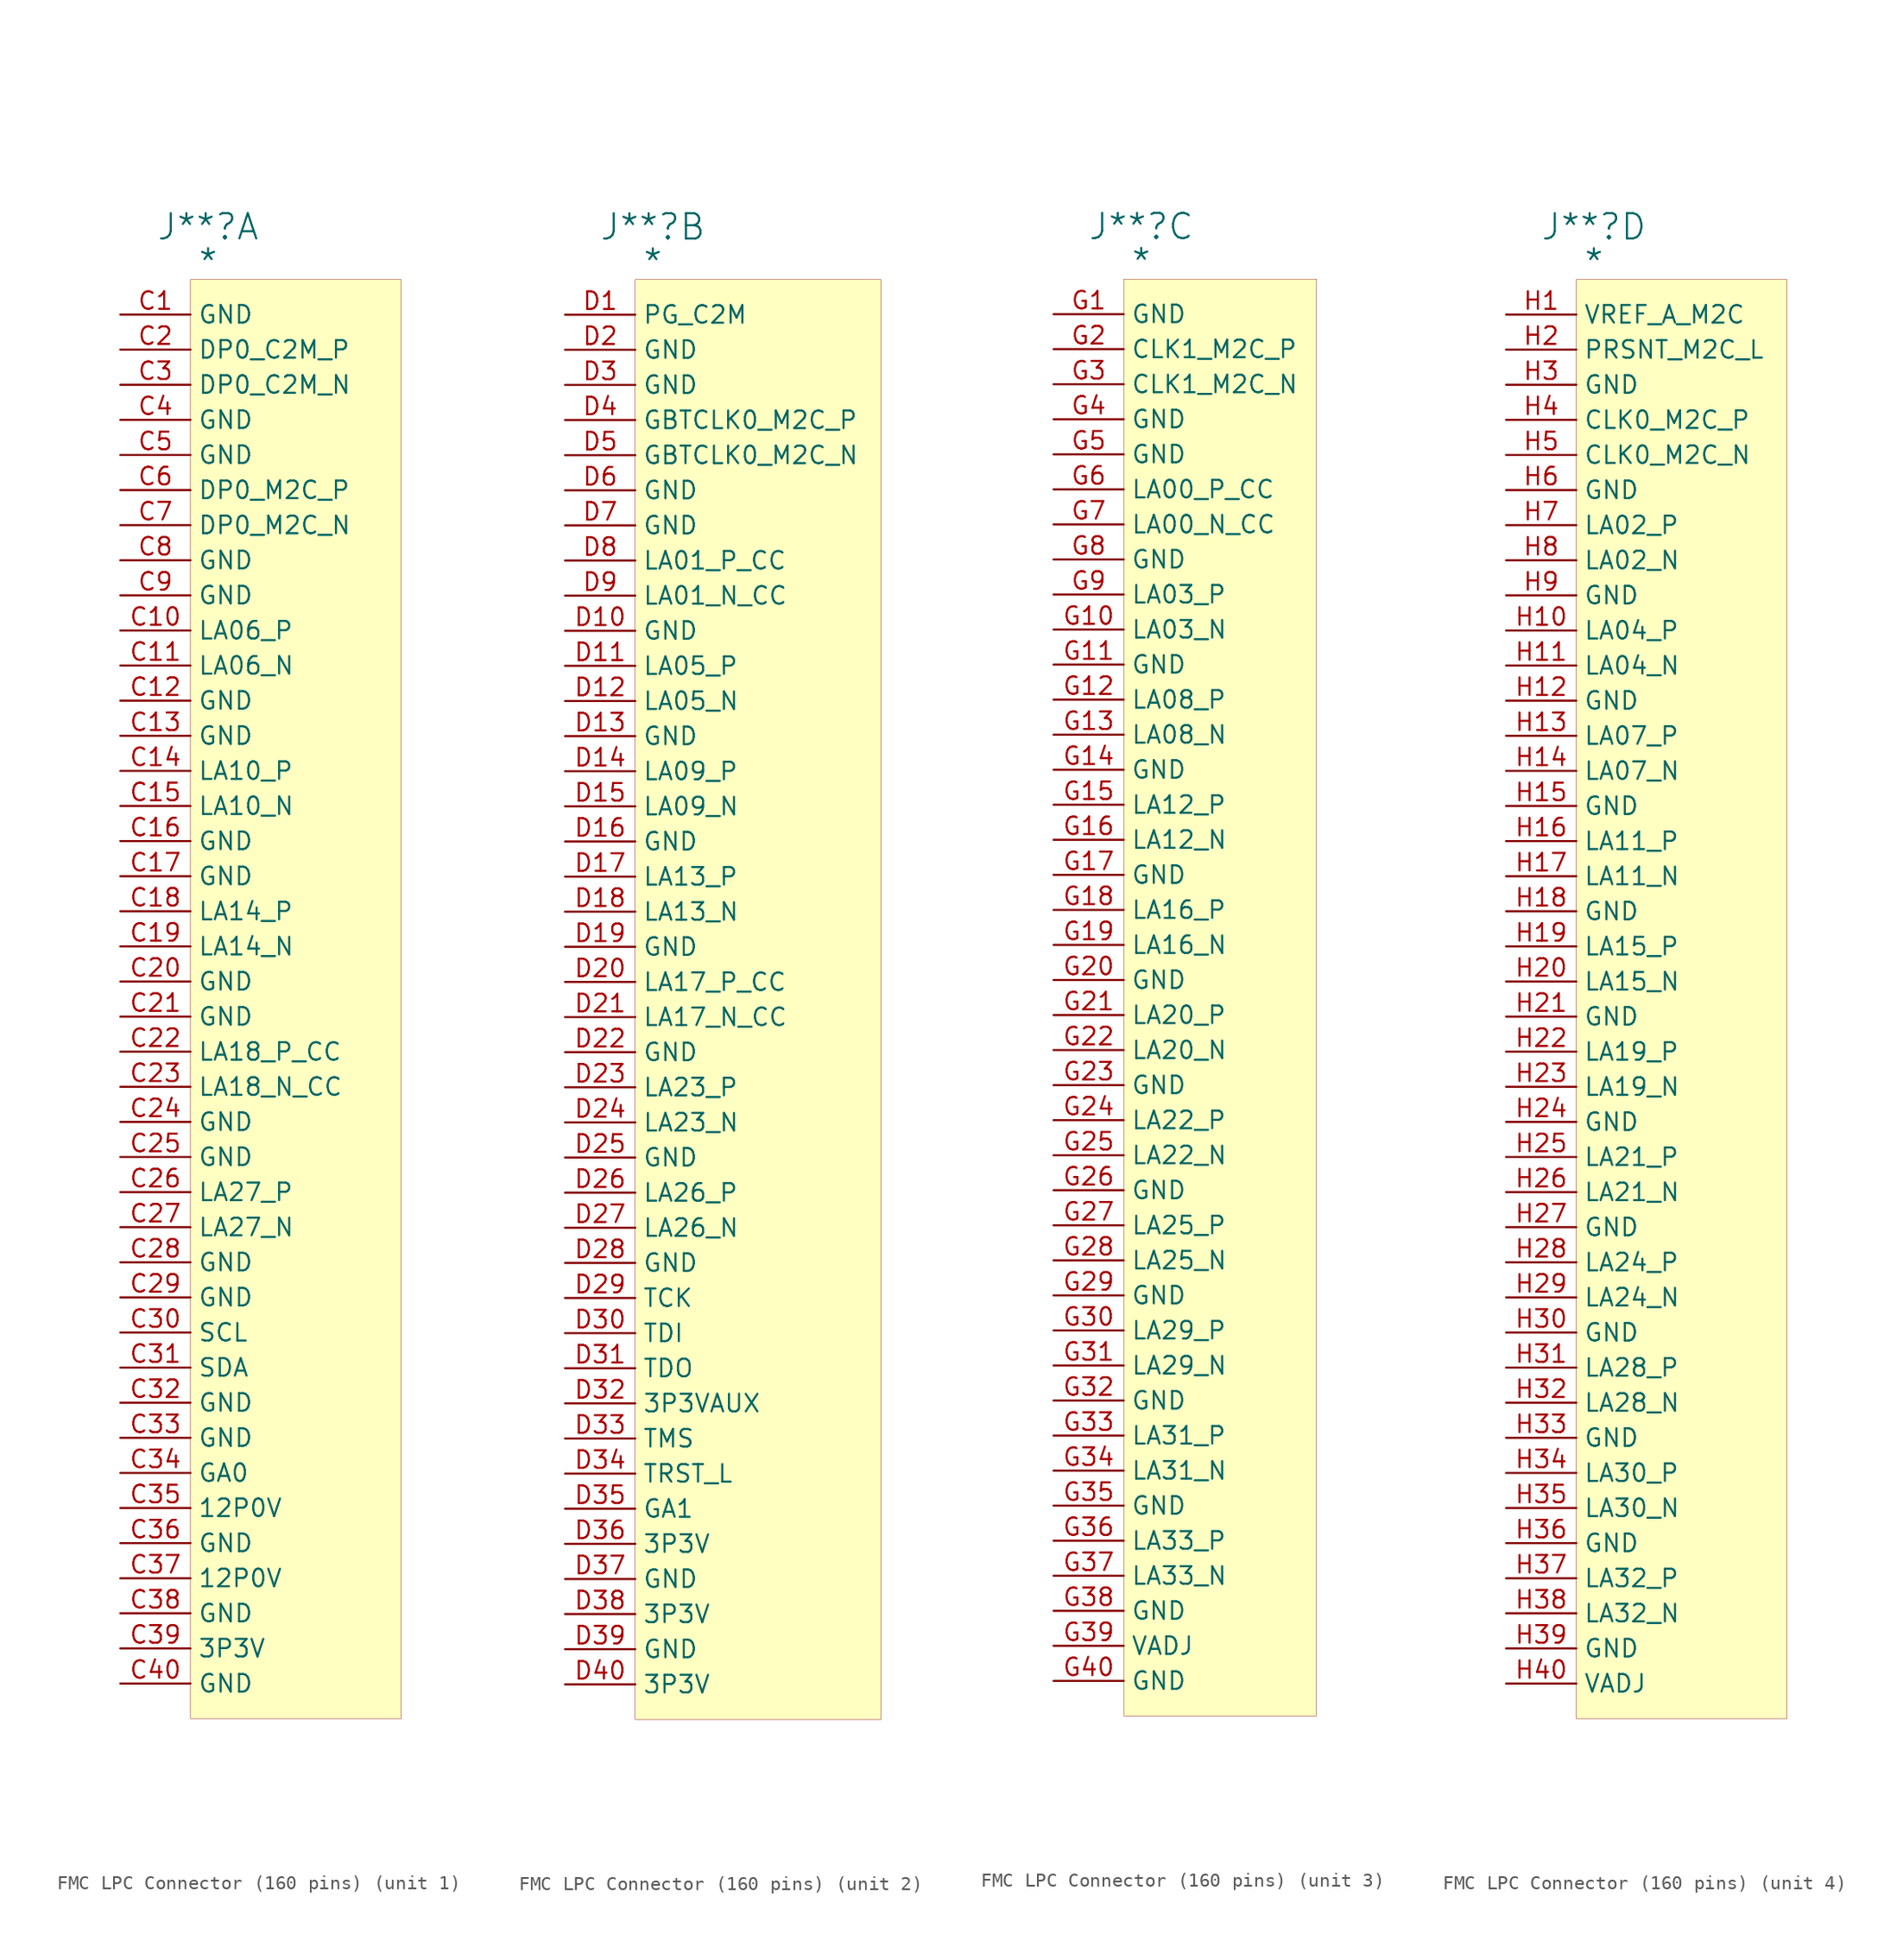
<source format=kicad_sym>
(kicad_symbol_lib
  (version 20231120)
  (generator "kicad_symbol_editor")
  (generator_version "8.0")
  (symbol "FMC LPC Connector (160 pins)"
    (property "Reference" "J**"
      (at 1.27 3.81 0)
      (effects (font (size 1.829 1.829))))
    (property "Value" "*"
      (at 1.27 1.27 0)
      (effects (font (size 1.829 1.829))))
    (property "ki_locked" ""
      (at 0 0 0)
      (effects (font (size 1.27 1.27))))
    (symbol "FMC LPC Connector (160 pins)_1_0"
      (rectangle (start 0 0) (end 15.24 -104.14) (stroke (width 0.025) (type solid) (color 128 0 0 1)) (fill (type background)))
      (pin passive line (at -5.08 -2.54 0) (length 5.08) (name "GND" (effects (font (size 1.27 1.27)))) (number "C1" (effects (font (size 1.27 1.27)))))
      (pin bidirectional line (at -5.08 -25.4 0) (length 5.08) (name "LA06_P" (effects (font (size 1.27 1.27)))) (number "C10" (effects (font (size 1.27 1.27)))))
      (pin bidirectional line (at -5.08 -27.94 0) (length 5.08) (name "LA06_N" (effects (font (size 1.27 1.27)))) (number "C11" (effects (font (size 1.27 1.27)))))
      (pin passive line (at -5.08 -30.48 0) (length 5.08) (name "GND" (effects (font (size 1.27 1.27)))) (number "C12" (effects (font (size 1.27 1.27)))))
      (pin passive line (at -5.08 -33.02 0) (length 5.08) (name "GND" (effects (font (size 1.27 1.27)))) (number "C13" (effects (font (size 1.27 1.27)))))
      (pin bidirectional line (at -5.08 -35.56 0) (length 5.08) (name "LA10_P" (effects (font (size 1.27 1.27)))) (number "C14" (effects (font (size 1.27 1.27)))))
      (pin bidirectional line (at -5.08 -38.1 0) (length 5.08) (name "LA10_N" (effects (font (size 1.27 1.27)))) (number "C15" (effects (font (size 1.27 1.27)))))
      (pin passive line (at -5.08 -40.64 0) (length 5.08) (name "GND" (effects (font (size 1.27 1.27)))) (number "C16" (effects (font (size 1.27 1.27)))))
      (pin passive line (at -5.08 -43.18 0) (length 5.08) (name "GND" (effects (font (size 1.27 1.27)))) (number "C17" (effects (font (size 1.27 1.27)))))
      (pin bidirectional line (at -5.08 -45.72 0) (length 5.08) (name "LA14_P" (effects (font (size 1.27 1.27)))) (number "C18" (effects (font (size 1.27 1.27)))))
      (pin bidirectional line (at -5.08 -48.26 0) (length 5.08) (name "LA14_N" (effects (font (size 1.27 1.27)))) (number "C19" (effects (font (size 1.27 1.27)))))
      (pin output line (at -5.08 -5.08 0) (length 5.08) (name "DP0_C2M_P" (effects (font (size 1.27 1.27)))) (number "C2" (effects (font (size 1.27 1.27)))))
      (pin passive line (at -5.08 -50.8 0) (length 5.08) (name "GND" (effects (font (size 1.27 1.27)))) (number "C20" (effects (font (size 1.27 1.27)))))
      (pin passive line (at -5.08 -53.34 0) (length 5.08) (name "GND" (effects (font (size 1.27 1.27)))) (number "C21" (effects (font (size 1.27 1.27)))))
      (pin bidirectional line (at -5.08 -55.88 0) (length 5.08) (name "LA18_P_CC" (effects (font (size 1.27 1.27)))) (number "C22" (effects (font (size 1.27 1.27)))))
      (pin bidirectional line (at -5.08 -58.42 0) (length 5.08) (name "LA18_N_CC" (effects (font (size 1.27 1.27)))) (number "C23" (effects (font (size 1.27 1.27)))))
      (pin passive line (at -5.08 -60.96 0) (length 5.08) (name "GND" (effects (font (size 1.27 1.27)))) (number "C24" (effects (font (size 1.27 1.27)))))
      (pin passive line (at -5.08 -63.5 0) (length 5.08) (name "GND" (effects (font (size 1.27 1.27)))) (number "C25" (effects (font (size 1.27 1.27)))))
      (pin bidirectional line (at -5.08 -66.04 0) (length 5.08) (name "LA27_P" (effects (font (size 1.27 1.27)))) (number "C26" (effects (font (size 1.27 1.27)))))
      (pin bidirectional line (at -5.08 -68.58 0) (length 5.08) (name "LA27_N" (effects (font (size 1.27 1.27)))) (number "C27" (effects (font (size 1.27 1.27)))))
      (pin passive line (at -5.08 -71.12 0) (length 5.08) (name "GND" (effects (font (size 1.27 1.27)))) (number "C28" (effects (font (size 1.27 1.27)))))
      (pin passive line (at -5.08 -73.66 0) (length 5.08) (name "GND" (effects (font (size 1.27 1.27)))) (number "C29" (effects (font (size 1.27 1.27)))))
      (pin output line (at -5.08 -7.62 0) (length 5.08) (name "DP0_C2M_N" (effects (font (size 1.27 1.27)))) (number "C3" (effects (font (size 1.27 1.27)))))
      (pin bidirectional line (at -5.08 -76.2 0) (length 5.08) (name "SCL" (effects (font (size 1.27 1.27)))) (number "C30" (effects (font (size 1.27 1.27)))))
      (pin bidirectional line (at -5.08 -78.74 0) (length 5.08) (name "SDA" (effects (font (size 1.27 1.27)))) (number "C31" (effects (font (size 1.27 1.27)))))
      (pin passive line (at -5.08 -81.28 0) (length 5.08) (name "GND" (effects (font (size 1.27 1.27)))) (number "C32" (effects (font (size 1.27 1.27)))))
      (pin passive line (at -5.08 -83.82 0) (length 5.08) (name "GND" (effects (font (size 1.27 1.27)))) (number "C33" (effects (font (size 1.27 1.27)))))
      (pin input line (at -5.08 -86.36 0) (length 5.08) (name "GA0" (effects (font (size 1.27 1.27)))) (number "C34" (effects (font (size 1.27 1.27)))))
      (pin passive line (at -5.08 -88.9 0) (length 5.08) (name "12P0V" (effects (font (size 1.27 1.27)))) (number "C35" (effects (font (size 1.27 1.27)))))
      (pin passive line (at -5.08 -91.44 0) (length 5.08) (name "GND" (effects (font (size 1.27 1.27)))) (number "C36" (effects (font (size 1.27 1.27)))))
      (pin passive line (at -5.08 -93.98 0) (length 5.08) (name "12P0V" (effects (font (size 1.27 1.27)))) (number "C37" (effects (font (size 1.27 1.27)))))
      (pin passive line (at -5.08 -96.52 0) (length 5.08) (name "GND" (effects (font (size 1.27 1.27)))) (number "C38" (effects (font (size 1.27 1.27)))))
      (pin passive line (at -5.08 -99.06 0) (length 5.08) (name "3P3V" (effects (font (size 1.27 1.27)))) (number "C39" (effects (font (size 1.27 1.27)))))
      (pin passive line (at -5.08 -10.16 0) (length 5.08) (name "GND" (effects (font (size 1.27 1.27)))) (number "C4" (effects (font (size 1.27 1.27)))))
      (pin passive line (at -5.08 -101.6 0) (length 5.08) (name "GND" (effects (font (size 1.27 1.27)))) (number "C40" (effects (font (size 1.27 1.27)))))
      (pin passive line (at -5.08 -12.7 0) (length 5.08) (name "GND" (effects (font (size 1.27 1.27)))) (number "C5" (effects (font (size 1.27 1.27)))))
      (pin input line (at -5.08 -15.24 0) (length 5.08) (name "DP0_M2C_P" (effects (font (size 1.27 1.27)))) (number "C6" (effects (font (size 1.27 1.27)))))
      (pin input line (at -5.08 -17.78 0) (length 5.08) (name "DP0_M2C_N" (effects (font (size 1.27 1.27)))) (number "C7" (effects (font (size 1.27 1.27)))))
      (pin passive line (at -5.08 -20.32 0) (length 5.08) (name "GND" (effects (font (size 1.27 1.27)))) (number "C8" (effects (font (size 1.27 1.27)))))
      (pin passive line (at -5.08 -22.86 0) (length 5.08) (name "GND" (effects (font (size 1.27 1.27)))) (number "C9" (effects (font (size 1.27 1.27))))))
    (symbol "FMC LPC Connector (160 pins)_2_0"
      (rectangle (start 0 0) (end 17.78 -104.14) (stroke (width 0.025) (type solid) (color 128 0 0 1)) (fill (type background)))
      (pin output line (at -5.08 -2.54 0) (length 5.08) (name "PG_C2M" (effects (font (size 1.27 1.27)))) (number "D1" (effects (font (size 1.27 1.27)))))
      (pin passive line (at -5.08 -25.4 0) (length 5.08) (name "GND" (effects (font (size 1.27 1.27)))) (number "D10" (effects (font (size 1.27 1.27)))))
      (pin bidirectional line (at -5.08 -27.94 0) (length 5.08) (name "LA05_P" (effects (font (size 1.27 1.27)))) (number "D11" (effects (font (size 1.27 1.27)))))
      (pin bidirectional line (at -5.08 -30.48 0) (length 5.08) (name "LA05_N" (effects (font (size 1.27 1.27)))) (number "D12" (effects (font (size 1.27 1.27)))))
      (pin passive line (at -5.08 -33.02 0) (length 5.08) (name "GND" (effects (font (size 1.27 1.27)))) (number "D13" (effects (font (size 1.27 1.27)))))
      (pin bidirectional line (at -5.08 -35.56 0) (length 5.08) (name "LA09_P" (effects (font (size 1.27 1.27)))) (number "D14" (effects (font (size 1.27 1.27)))))
      (pin bidirectional line (at -5.08 -38.1 0) (length 5.08) (name "LA09_N" (effects (font (size 1.27 1.27)))) (number "D15" (effects (font (size 1.27 1.27)))))
      (pin passive line (at -5.08 -40.64 0) (length 5.08) (name "GND" (effects (font (size 1.27 1.27)))) (number "D16" (effects (font (size 1.27 1.27)))))
      (pin bidirectional line (at -5.08 -43.18 0) (length 5.08) (name "LA13_P" (effects (font (size 1.27 1.27)))) (number "D17" (effects (font (size 1.27 1.27)))))
      (pin bidirectional line (at -5.08 -45.72 0) (length 5.08) (name "LA13_N" (effects (font (size 1.27 1.27)))) (number "D18" (effects (font (size 1.27 1.27)))))
      (pin passive line (at -5.08 -48.26 0) (length 5.08) (name "GND" (effects (font (size 1.27 1.27)))) (number "D19" (effects (font (size 1.27 1.27)))))
      (pin passive line (at -5.08 -5.08 0) (length 5.08) (name "GND" (effects (font (size 1.27 1.27)))) (number "D2" (effects (font (size 1.27 1.27)))))
      (pin bidirectional line (at -5.08 -50.8 0) (length 5.08) (name "LA17_P_CC" (effects (font (size 1.27 1.27)))) (number "D20" (effects (font (size 1.27 1.27)))))
      (pin bidirectional line (at -5.08 -53.34 0) (length 5.08) (name "LA17_N_CC" (effects (font (size 1.27 1.27)))) (number "D21" (effects (font (size 1.27 1.27)))))
      (pin passive line (at -5.08 -55.88 0) (length 5.08) (name "GND" (effects (font (size 1.27 1.27)))) (number "D22" (effects (font (size 1.27 1.27)))))
      (pin bidirectional line (at -5.08 -58.42 0) (length 5.08) (name "LA23_P" (effects (font (size 1.27 1.27)))) (number "D23" (effects (font (size 1.27 1.27)))))
      (pin bidirectional line (at -5.08 -60.96 0) (length 5.08) (name "LA23_N" (effects (font (size 1.27 1.27)))) (number "D24" (effects (font (size 1.27 1.27)))))
      (pin passive line (at -5.08 -63.5 0) (length 5.08) (name "GND" (effects (font (size 1.27 1.27)))) (number "D25" (effects (font (size 1.27 1.27)))))
      (pin bidirectional line (at -5.08 -66.04 0) (length 5.08) (name "LA26_P" (effects (font (size 1.27 1.27)))) (number "D26" (effects (font (size 1.27 1.27)))))
      (pin bidirectional line (at -5.08 -68.58 0) (length 5.08) (name "LA26_N" (effects (font (size 1.27 1.27)))) (number "D27" (effects (font (size 1.27 1.27)))))
      (pin passive line (at -5.08 -71.12 0) (length 5.08) (name "GND" (effects (font (size 1.27 1.27)))) (number "D28" (effects (font (size 1.27 1.27)))))
      (pin output line (at -5.08 -73.66 0) (length 5.08) (name "TCK" (effects (font (size 1.27 1.27)))) (number "D29" (effects (font (size 1.27 1.27)))))
      (pin passive line (at -5.08 -7.62 0) (length 5.08) (name "GND" (effects (font (size 1.27 1.27)))) (number "D3" (effects (font (size 1.27 1.27)))))
      (pin output line (at -5.08 -76.2 0) (length 5.08) (name "TDI" (effects (font (size 1.27 1.27)))) (number "D30" (effects (font (size 1.27 1.27)))))
      (pin input line (at -5.08 -78.74 0) (length 5.08) (name "TDO" (effects (font (size 1.27 1.27)))) (number "D31" (effects (font (size 1.27 1.27)))))
      (pin passive line (at -5.08 -81.28 0) (length 5.08) (name "3P3VAUX" (effects (font (size 1.27 1.27)))) (number "D32" (effects (font (size 1.27 1.27)))))
      (pin output line (at -5.08 -83.82 0) (length 5.08) (name "TMS" (effects (font (size 1.27 1.27)))) (number "D33" (effects (font (size 1.27 1.27)))))
      (pin output line (at -5.08 -86.36 0) (length 5.08) (name "TRST_L" (effects (font (size 1.27 1.27)))) (number "D34" (effects (font (size 1.27 1.27)))))
      (pin input line (at -5.08 -88.9 0) (length 5.08) (name "GA1" (effects (font (size 1.27 1.27)))) (number "D35" (effects (font (size 1.27 1.27)))))
      (pin passive line (at -5.08 -91.44 0) (length 5.08) (name "3P3V" (effects (font (size 1.27 1.27)))) (number "D36" (effects (font (size 1.27 1.27)))))
      (pin passive line (at -5.08 -93.98 0) (length 5.08) (name "GND" (effects (font (size 1.27 1.27)))) (number "D37" (effects (font (size 1.27 1.27)))))
      (pin passive line (at -5.08 -96.52 0) (length 5.08) (name "3P3V" (effects (font (size 1.27 1.27)))) (number "D38" (effects (font (size 1.27 1.27)))))
      (pin passive line (at -5.08 -99.06 0) (length 5.08) (name "GND" (effects (font (size 1.27 1.27)))) (number "D39" (effects (font (size 1.27 1.27)))))
      (pin input line (at -5.08 -10.16 0) (length 5.08) (name "GBTCLK0_M2C_P" (effects (font (size 1.27 1.27)))) (number "D4" (effects (font (size 1.27 1.27)))))
      (pin passive line (at -5.08 -101.6 0) (length 5.08) (name "3P3V" (effects (font (size 1.27 1.27)))) (number "D40" (effects (font (size 1.27 1.27)))))
      (pin input line (at -5.08 -12.7 0) (length 5.08) (name "GBTCLK0_M2C_N" (effects (font (size 1.27 1.27)))) (number "D5" (effects (font (size 1.27 1.27)))))
      (pin passive line (at -5.08 -15.24 0) (length 5.08) (name "GND" (effects (font (size 1.27 1.27)))) (number "D6" (effects (font (size 1.27 1.27)))))
      (pin passive line (at -5.08 -17.78 0) (length 5.08) (name "GND" (effects (font (size 1.27 1.27)))) (number "D7" (effects (font (size 1.27 1.27)))))
      (pin bidirectional line (at -5.08 -20.32 0) (length 5.08) (name "LA01_P_CC" (effects (font (size 1.27 1.27)))) (number "D8" (effects (font (size 1.27 1.27)))))
      (pin bidirectional line (at -5.08 -22.86 0) (length 5.08) (name "LA01_N_CC" (effects (font (size 1.27 1.27)))) (number "D9" (effects (font (size 1.27 1.27))))))
    (symbol "FMC LPC Connector (160 pins)_3_0"
      (rectangle (start 0 0) (end 13.97 -104.14) (stroke (width 0.025) (type solid) (color 128 0 0 1)) (fill (type background)))
      (pin passive line (at -5.08 -2.54 0) (length 5.08) (name "GND" (effects (font (size 1.27 1.27)))) (number "G1" (effects (font (size 1.27 1.27)))))
      (pin bidirectional line (at -5.08 -25.4 0) (length 5.08) (name "LA03_N" (effects (font (size 1.27 1.27)))) (number "G10" (effects (font (size 1.27 1.27)))))
      (pin passive line (at -5.08 -27.94 0) (length 5.08) (name "GND" (effects (font (size 1.27 1.27)))) (number "G11" (effects (font (size 1.27 1.27)))))
      (pin bidirectional line (at -5.08 -30.48 0) (length 5.08) (name "LA08_P" (effects (font (size 1.27 1.27)))) (number "G12" (effects (font (size 1.27 1.27)))))
      (pin bidirectional line (at -5.08 -33.02 0) (length 5.08) (name "LA08_N" (effects (font (size 1.27 1.27)))) (number "G13" (effects (font (size 1.27 1.27)))))
      (pin passive line (at -5.08 -35.56 0) (length 5.08) (name "GND" (effects (font (size 1.27 1.27)))) (number "G14" (effects (font (size 1.27 1.27)))))
      (pin bidirectional line (at -5.08 -38.1 0) (length 5.08) (name "LA12_P" (effects (font (size 1.27 1.27)))) (number "G15" (effects (font (size 1.27 1.27)))))
      (pin bidirectional line (at -5.08 -40.64 0) (length 5.08) (name "LA12_N" (effects (font (size 1.27 1.27)))) (number "G16" (effects (font (size 1.27 1.27)))))
      (pin passive line (at -5.08 -43.18 0) (length 5.08) (name "GND" (effects (font (size 1.27 1.27)))) (number "G17" (effects (font (size 1.27 1.27)))))
      (pin bidirectional line (at -5.08 -45.72 0) (length 5.08) (name "LA16_P" (effects (font (size 1.27 1.27)))) (number "G18" (effects (font (size 1.27 1.27)))))
      (pin bidirectional line (at -5.08 -48.26 0) (length 5.08) (name "LA16_N" (effects (font (size 1.27 1.27)))) (number "G19" (effects (font (size 1.27 1.27)))))
      (pin input line (at -5.08 -5.08 0) (length 5.08) (name "CLK1_M2C_P" (effects (font (size 1.27 1.27)))) (number "G2" (effects (font (size 1.27 1.27)))))
      (pin passive line (at -5.08 -50.8 0) (length 5.08) (name "GND" (effects (font (size 1.27 1.27)))) (number "G20" (effects (font (size 1.27 1.27)))))
      (pin bidirectional line (at -5.08 -53.34 0) (length 5.08) (name "LA20_P" (effects (font (size 1.27 1.27)))) (number "G21" (effects (font (size 1.27 1.27)))))
      (pin bidirectional line (at -5.08 -55.88 0) (length 5.08) (name "LA20_N" (effects (font (size 1.27 1.27)))) (number "G22" (effects (font (size 1.27 1.27)))))
      (pin passive line (at -5.08 -58.42 0) (length 5.08) (name "GND" (effects (font (size 1.27 1.27)))) (number "G23" (effects (font (size 1.27 1.27)))))
      (pin bidirectional line (at -5.08 -60.96 0) (length 5.08) (name "LA22_P" (effects (font (size 1.27 1.27)))) (number "G24" (effects (font (size 1.27 1.27)))))
      (pin bidirectional line (at -5.08 -63.5 0) (length 5.08) (name "LA22_N" (effects (font (size 1.27 1.27)))) (number "G25" (effects (font (size 1.27 1.27)))))
      (pin passive line (at -5.08 -66.04 0) (length 5.08) (name "GND" (effects (font (size 1.27 1.27)))) (number "G26" (effects (font (size 1.27 1.27)))))
      (pin bidirectional line (at -5.08 -68.58 0) (length 5.08) (name "LA25_P" (effects (font (size 1.27 1.27)))) (number "G27" (effects (font (size 1.27 1.27)))))
      (pin bidirectional line (at -5.08 -71.12 0) (length 5.08) (name "LA25_N" (effects (font (size 1.27 1.27)))) (number "G28" (effects (font (size 1.27 1.27)))))
      (pin passive line (at -5.08 -73.66 0) (length 5.08) (name "GND" (effects (font (size 1.27 1.27)))) (number "G29" (effects (font (size 1.27 1.27)))))
      (pin output line (at -5.08 -7.62 0) (length 5.08) (name "CLK1_M2C_N" (effects (font (size 1.27 1.27)))) (number "G3" (effects (font (size 1.27 1.27)))))
      (pin bidirectional line (at -5.08 -76.2 0) (length 5.08) (name "LA29_P" (effects (font (size 1.27 1.27)))) (number "G30" (effects (font (size 1.27 1.27)))))
      (pin bidirectional line (at -5.08 -78.74 0) (length 5.08) (name "LA29_N" (effects (font (size 1.27 1.27)))) (number "G31" (effects (font (size 1.27 1.27)))))
      (pin passive line (at -5.08 -81.28 0) (length 5.08) (name "GND" (effects (font (size 1.27 1.27)))) (number "G32" (effects (font (size 1.27 1.27)))))
      (pin bidirectional line (at -5.08 -83.82 0) (length 5.08) (name "LA31_P" (effects (font (size 1.27 1.27)))) (number "G33" (effects (font (size 1.27 1.27)))))
      (pin bidirectional line (at -5.08 -86.36 0) (length 5.08) (name "LA31_N" (effects (font (size 1.27 1.27)))) (number "G34" (effects (font (size 1.27 1.27)))))
      (pin passive line (at -5.08 -88.9 0) (length 5.08) (name "GND" (effects (font (size 1.27 1.27)))) (number "G35" (effects (font (size 1.27 1.27)))))
      (pin bidirectional line (at -5.08 -91.44 0) (length 5.08) (name "LA33_P" (effects (font (size 1.27 1.27)))) (number "G36" (effects (font (size 1.27 1.27)))))
      (pin bidirectional line (at -5.08 -93.98 0) (length 5.08) (name "LA33_N" (effects (font (size 1.27 1.27)))) (number "G37" (effects (font (size 1.27 1.27)))))
      (pin passive line (at -5.08 -96.52 0) (length 5.08) (name "GND" (effects (font (size 1.27 1.27)))) (number "G38" (effects (font (size 1.27 1.27)))))
      (pin passive line (at -5.08 -99.06 0) (length 5.08) (name "VADJ" (effects (font (size 1.27 1.27)))) (number "G39" (effects (font (size 1.27 1.27)))))
      (pin passive line (at -5.08 -10.16 0) (length 5.08) (name "GND" (effects (font (size 1.27 1.27)))) (number "G4" (effects (font (size 1.27 1.27)))))
      (pin passive line (at -5.08 -101.6 0) (length 5.08) (name "GND" (effects (font (size 1.27 1.27)))) (number "G40" (effects (font (size 1.27 1.27)))))
      (pin passive line (at -5.08 -12.7 0) (length 5.08) (name "GND" (effects (font (size 1.27 1.27)))) (number "G5" (effects (font (size 1.27 1.27)))))
      (pin bidirectional line (at -5.08 -15.24 0) (length 5.08) (name "LA00_P_CC" (effects (font (size 1.27 1.27)))) (number "G6" (effects (font (size 1.27 1.27)))))
      (pin bidirectional line (at -5.08 -17.78 0) (length 5.08) (name "LA00_N_CC" (effects (font (size 1.27 1.27)))) (number "G7" (effects (font (size 1.27 1.27)))))
      (pin passive line (at -5.08 -20.32 0) (length 5.08) (name "GND" (effects (font (size 1.27 1.27)))) (number "G8" (effects (font (size 1.27 1.27)))))
      (pin bidirectional line (at -5.08 -22.86 0) (length 5.08) (name "LA03_P" (effects (font (size 1.27 1.27)))) (number "G9" (effects (font (size 1.27 1.27))))))
    (symbol "FMC LPC Connector (160 pins)_4_0"
      (rectangle (start 0 0) (end 15.24 -104.14) (stroke (width 0.025) (type solid) (color 128 0 0 1)) (fill (type background)))
      (pin passive line (at -5.08 -2.54 0) (length 5.08) (name "VREF_A_M2C" (effects (font (size 1.27 1.27)))) (number "H1" (effects (font (size 1.27 1.27)))))
      (pin bidirectional line (at -5.08 -25.4 0) (length 5.08) (name "LA04_P" (effects (font (size 1.27 1.27)))) (number "H10" (effects (font (size 1.27 1.27)))))
      (pin bidirectional line (at -5.08 -27.94 0) (length 5.08) (name "LA04_N" (effects (font (size 1.27 1.27)))) (number "H11" (effects (font (size 1.27 1.27)))))
      (pin passive line (at -5.08 -30.48 0) (length 5.08) (name "GND" (effects (font (size 1.27 1.27)))) (number "H12" (effects (font (size 1.27 1.27)))))
      (pin bidirectional line (at -5.08 -33.02 0) (length 5.08) (name "LA07_P" (effects (font (size 1.27 1.27)))) (number "H13" (effects (font (size 1.27 1.27)))))
      (pin bidirectional line (at -5.08 -35.56 0) (length 5.08) (name "LA07_N" (effects (font (size 1.27 1.27)))) (number "H14" (effects (font (size 1.27 1.27)))))
      (pin passive line (at -5.08 -38.1 0) (length 5.08) (name "GND" (effects (font (size 1.27 1.27)))) (number "H15" (effects (font (size 1.27 1.27)))))
      (pin bidirectional line (at -5.08 -40.64 0) (length 5.08) (name "LA11_P" (effects (font (size 1.27 1.27)))) (number "H16" (effects (font (size 1.27 1.27)))))
      (pin bidirectional line (at -5.08 -43.18 0) (length 5.08) (name "LA11_N" (effects (font (size 1.27 1.27)))) (number "H17" (effects (font (size 1.27 1.27)))))
      (pin passive line (at -5.08 -45.72 0) (length 5.08) (name "GND" (effects (font (size 1.27 1.27)))) (number "H18" (effects (font (size 1.27 1.27)))))
      (pin bidirectional line (at -5.08 -48.26 0) (length 5.08) (name "LA15_P" (effects (font (size 1.27 1.27)))) (number "H19" (effects (font (size 1.27 1.27)))))
      (pin input line (at -5.08 -5.08 0) (length 5.08) (name "PRSNT_M2C_L" (effects (font (size 1.27 1.27)))) (number "H2" (effects (font (size 1.27 1.27)))))
      (pin bidirectional line (at -5.08 -50.8 0) (length 5.08) (name "LA15_N" (effects (font (size 1.27 1.27)))) (number "H20" (effects (font (size 1.27 1.27)))))
      (pin passive line (at -5.08 -53.34 0) (length 5.08) (name "GND" (effects (font (size 1.27 1.27)))) (number "H21" (effects (font (size 1.27 1.27)))))
      (pin bidirectional line (at -5.08 -55.88 0) (length 5.08) (name "LA19_P" (effects (font (size 1.27 1.27)))) (number "H22" (effects (font (size 1.27 1.27)))))
      (pin bidirectional line (at -5.08 -58.42 0) (length 5.08) (name "LA19_N" (effects (font (size 1.27 1.27)))) (number "H23" (effects (font (size 1.27 1.27)))))
      (pin passive line (at -5.08 -60.96 0) (length 5.08) (name "GND" (effects (font (size 1.27 1.27)))) (number "H24" (effects (font (size 1.27 1.27)))))
      (pin bidirectional line (at -5.08 -63.5 0) (length 5.08) (name "LA21_P" (effects (font (size 1.27 1.27)))) (number "H25" (effects (font (size 1.27 1.27)))))
      (pin bidirectional line (at -5.08 -66.04 0) (length 5.08) (name "LA21_N" (effects (font (size 1.27 1.27)))) (number "H26" (effects (font (size 1.27 1.27)))))
      (pin passive line (at -5.08 -68.58 0) (length 5.08) (name "GND" (effects (font (size 1.27 1.27)))) (number "H27" (effects (font (size 1.27 1.27)))))
      (pin bidirectional line (at -5.08 -71.12 0) (length 5.08) (name "LA24_P" (effects (font (size 1.27 1.27)))) (number "H28" (effects (font (size 1.27 1.27)))))
      (pin bidirectional line (at -5.08 -73.66 0) (length 5.08) (name "LA24_N" (effects (font (size 1.27 1.27)))) (number "H29" (effects (font (size 1.27 1.27)))))
      (pin passive line (at -5.08 -7.62 0) (length 5.08) (name "GND" (effects (font (size 1.27 1.27)))) (number "H3" (effects (font (size 1.27 1.27)))))
      (pin passive line (at -5.08 -76.2 0) (length 5.08) (name "GND" (effects (font (size 1.27 1.27)))) (number "H30" (effects (font (size 1.27 1.27)))))
      (pin bidirectional line (at -5.08 -78.74 0) (length 5.08) (name "LA28_P" (effects (font (size 1.27 1.27)))) (number "H31" (effects (font (size 1.27 1.27)))))
      (pin bidirectional line (at -5.08 -81.28 0) (length 5.08) (name "LA28_N" (effects (font (size 1.27 1.27)))) (number "H32" (effects (font (size 1.27 1.27)))))
      (pin passive line (at -5.08 -83.82 0) (length 5.08) (name "GND" (effects (font (size 1.27 1.27)))) (number "H33" (effects (font (size 1.27 1.27)))))
      (pin bidirectional line (at -5.08 -86.36 0) (length 5.08) (name "LA30_P" (effects (font (size 1.27 1.27)))) (number "H34" (effects (font (size 1.27 1.27)))))
      (pin bidirectional line (at -5.08 -88.9 0) (length 5.08) (name "LA30_N" (effects (font (size 1.27 1.27)))) (number "H35" (effects (font (size 1.27 1.27)))))
      (pin passive line (at -5.08 -91.44 0) (length 5.08) (name "GND" (effects (font (size 1.27 1.27)))) (number "H36" (effects (font (size 1.27 1.27)))))
      (pin bidirectional line (at -5.08 -93.98 0) (length 5.08) (name "LA32_P" (effects (font (size 1.27 1.27)))) (number "H37" (effects (font (size 1.27 1.27)))))
      (pin bidirectional line (at -5.08 -96.52 0) (length 5.08) (name "LA32_N" (effects (font (size 1.27 1.27)))) (number "H38" (effects (font (size 1.27 1.27)))))
      (pin passive line (at -5.08 -99.06 0) (length 5.08) (name "GND" (effects (font (size 1.27 1.27)))) (number "H39" (effects (font (size 1.27 1.27)))))
      (pin input line (at -5.08 -10.16 0) (length 5.08) (name "CLK0_M2C_P" (effects (font (size 1.27 1.27)))) (number "H4" (effects (font (size 1.27 1.27)))))
      (pin passive line (at -5.08 -101.6 0) (length 5.08) (name "VADJ" (effects (font (size 1.27 1.27)))) (number "H40" (effects (font (size 1.27 1.27)))))
      (pin input line (at -5.08 -12.7 0) (length 5.08) (name "CLK0_M2C_N" (effects (font (size 1.27 1.27)))) (number "H5" (effects (font (size 1.27 1.27)))))
      (pin passive line (at -5.08 -15.24 0) (length 5.08) (name "GND" (effects (font (size 1.27 1.27)))) (number "H6" (effects (font (size 1.27 1.27)))))
      (pin bidirectional line (at -5.08 -17.78 0) (length 5.08) (name "LA02_P" (effects (font (size 1.27 1.27)))) (number "H7" (effects (font (size 1.27 1.27)))))
      (pin bidirectional line (at -5.08 -20.32 0) (length 5.08) (name "LA02_N" (effects (font (size 1.27 1.27)))) (number "H8" (effects (font (size 1.27 1.27)))))
      (pin passive line (at -5.08 -22.86 0) (length 5.08) (name "GND" (effects (font (size 1.27 1.27)))) (number "H9" (effects (font (size 1.27 1.27))))))))
</source>
